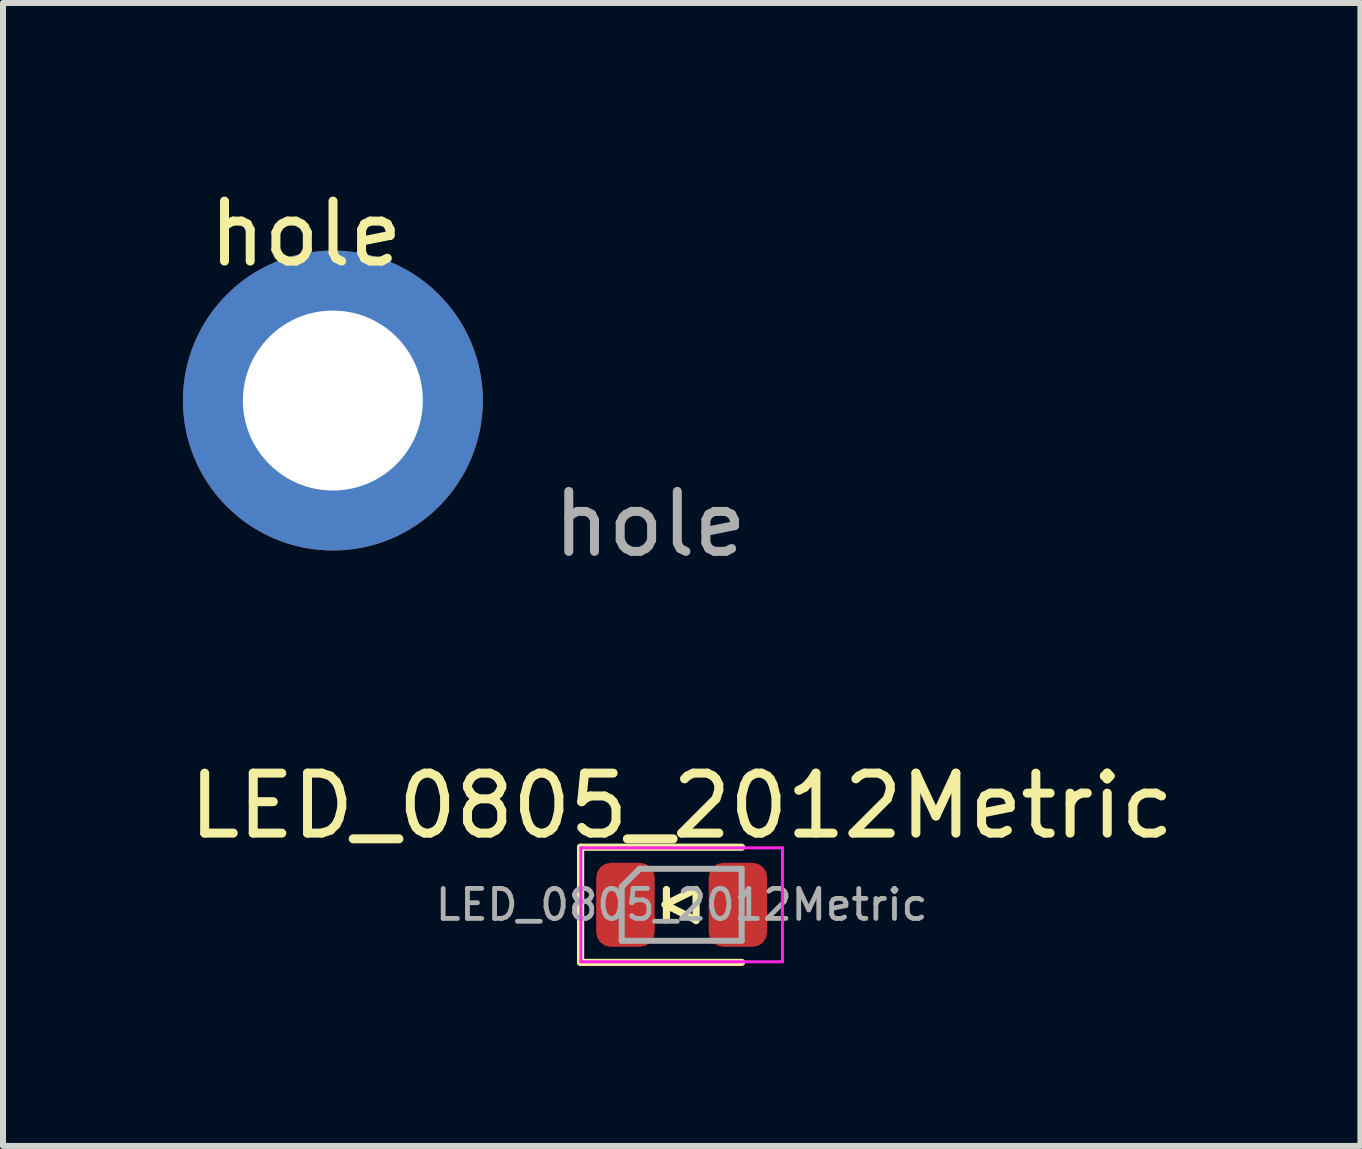
<source format=kicad_pcb>
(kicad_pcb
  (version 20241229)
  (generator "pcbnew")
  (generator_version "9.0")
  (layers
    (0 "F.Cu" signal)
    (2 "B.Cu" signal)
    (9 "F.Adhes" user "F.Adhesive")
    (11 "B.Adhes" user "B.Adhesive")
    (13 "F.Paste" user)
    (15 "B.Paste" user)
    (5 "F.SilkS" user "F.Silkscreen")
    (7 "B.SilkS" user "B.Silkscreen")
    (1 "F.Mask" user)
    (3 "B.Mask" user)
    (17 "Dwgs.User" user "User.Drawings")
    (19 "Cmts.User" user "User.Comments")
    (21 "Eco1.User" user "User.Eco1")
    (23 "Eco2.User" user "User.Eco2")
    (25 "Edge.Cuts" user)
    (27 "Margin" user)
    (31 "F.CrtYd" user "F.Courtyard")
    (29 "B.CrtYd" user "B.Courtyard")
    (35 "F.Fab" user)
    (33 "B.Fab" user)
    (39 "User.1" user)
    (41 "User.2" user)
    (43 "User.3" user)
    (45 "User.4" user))
  (footprint "LED_0805_2012Metric"
    (layer "F.Cu")
    (at 8.315 12.035)
    (property "Reference" "LED_0805_2012Metric" (at 0 -1.65 0) (layer "F.SilkS") (effects (font (size 1 1) (thickness 0.15))))
    (attr smd)
    (fp_line (start -1.685 -0.96) (end -1.685 0.96) (stroke (width 0.12) (type solid)) (layer "F.SilkS"))
    (fp_line (start -1.685 0.96) (end 1 0.96) (stroke (width 0.12) (type solid)) (layer "F.SilkS"))
    (fp_line (start -0.278 -0.004) (end 0.23 0.25) (stroke (width 0.12) (type solid)) (layer "F.SilkS"))
    (fp_line (start -0.274 -0.003) (end 0.234 -0.257) (stroke (width 0.12) (type solid)) (layer "F.SilkS"))
    (fp_line (start -0.254 -0.254) (end -0.254 0.254) (stroke (width 0.12) (type solid)) (layer "F.SilkS"))
    (fp_line (start 0.24 -0.244) (end 0.24 0.264) (stroke (width 0.12) (type solid)) (layer "F.SilkS"))
    (fp_line (start 1 -0.96) (end -1.685 -0.96) (stroke (width 0.12) (type solid)) (layer "F.SilkS"))
    (fp_line (start -1.68 -0.95) (end 1.68 -0.95) (stroke (width 0.05) (type solid)) (layer "F.CrtYd"))
    (fp_line (start -1.68 0.95) (end -1.68 -0.95) (stroke (width 0.05) (type solid)) (layer "F.CrtYd"))
    (fp_line (start 1.68 -0.95) (end 1.68 0.95) (stroke (width 0.05) (type solid)) (layer "F.CrtYd"))
    (fp_line (start 1.68 0.95) (end -1.68 0.95) (stroke (width 0.05) (type solid)) (layer "F.CrtYd"))
    (fp_line (start -1 -0.3) (end -1 0.6) (stroke (width 0.1) (type solid)) (layer "F.Fab"))
    (fp_line (start -1 0.6) (end 1 0.6) (stroke (width 0.1) (type solid)) (layer "F.Fab"))
    (fp_line (start -0.7 -0.6) (end -1 -0.3) (stroke (width 0.1) (type solid)) (layer "F.Fab"))
    (fp_line (start 1 -0.6) (end -0.7 -0.6) (stroke (width 0.1) (type solid)) (layer "F.Fab"))
    (fp_line (start 1 0.6) (end 1 -0.6) (stroke (width 0.1) (type solid)) (layer "F.Fab"))
    (fp_text user "${REFERENCE}" (at 0 0 0) (layer "F.Fab") (effects (font (size 0.5 0.5) (thickness 0.08))))
    (pad "1" smd roundrect (at -0.938 0) (size 0.975 1.4) (layers "F.Cu" "F.Mask" "F.Paste") (roundrect_rratio 0.25))
    (pad "2" smd roundrect (at 0.938 0) (size 0.975 1.4) (layers "F.Cu" "F.Mask" "F.Paste") (roundrect_rratio 0.25)))
  (footprint "hole"
    (layer "F.Cu")
    (at 2.5 3.628)
    (property "Reference" "hole" (at -0.45 -2.78 0) (unlocked yes) (layer "F.SilkS") (effects (font (size 1 1) (thickness 0.15))))
    (attr through_hole)
    (fp_text user "${REFERENCE}" (at 5.29 2.06 0) (unlocked yes) (layer "F.Fab") (effects (font (size 1 1) (thickness 0.15))))
    (pad "" thru_hole circle (at 0 0) (size 5 5) (drill 3) (layers "*.Cu" "*.Mask")))
  (gr_rect
    (start -3 -3)
    (end 19.631 16.055)
    (stroke (width 0.1) (type default))
    (fill no)
    (layer "Edge.Cuts")))
</source>
